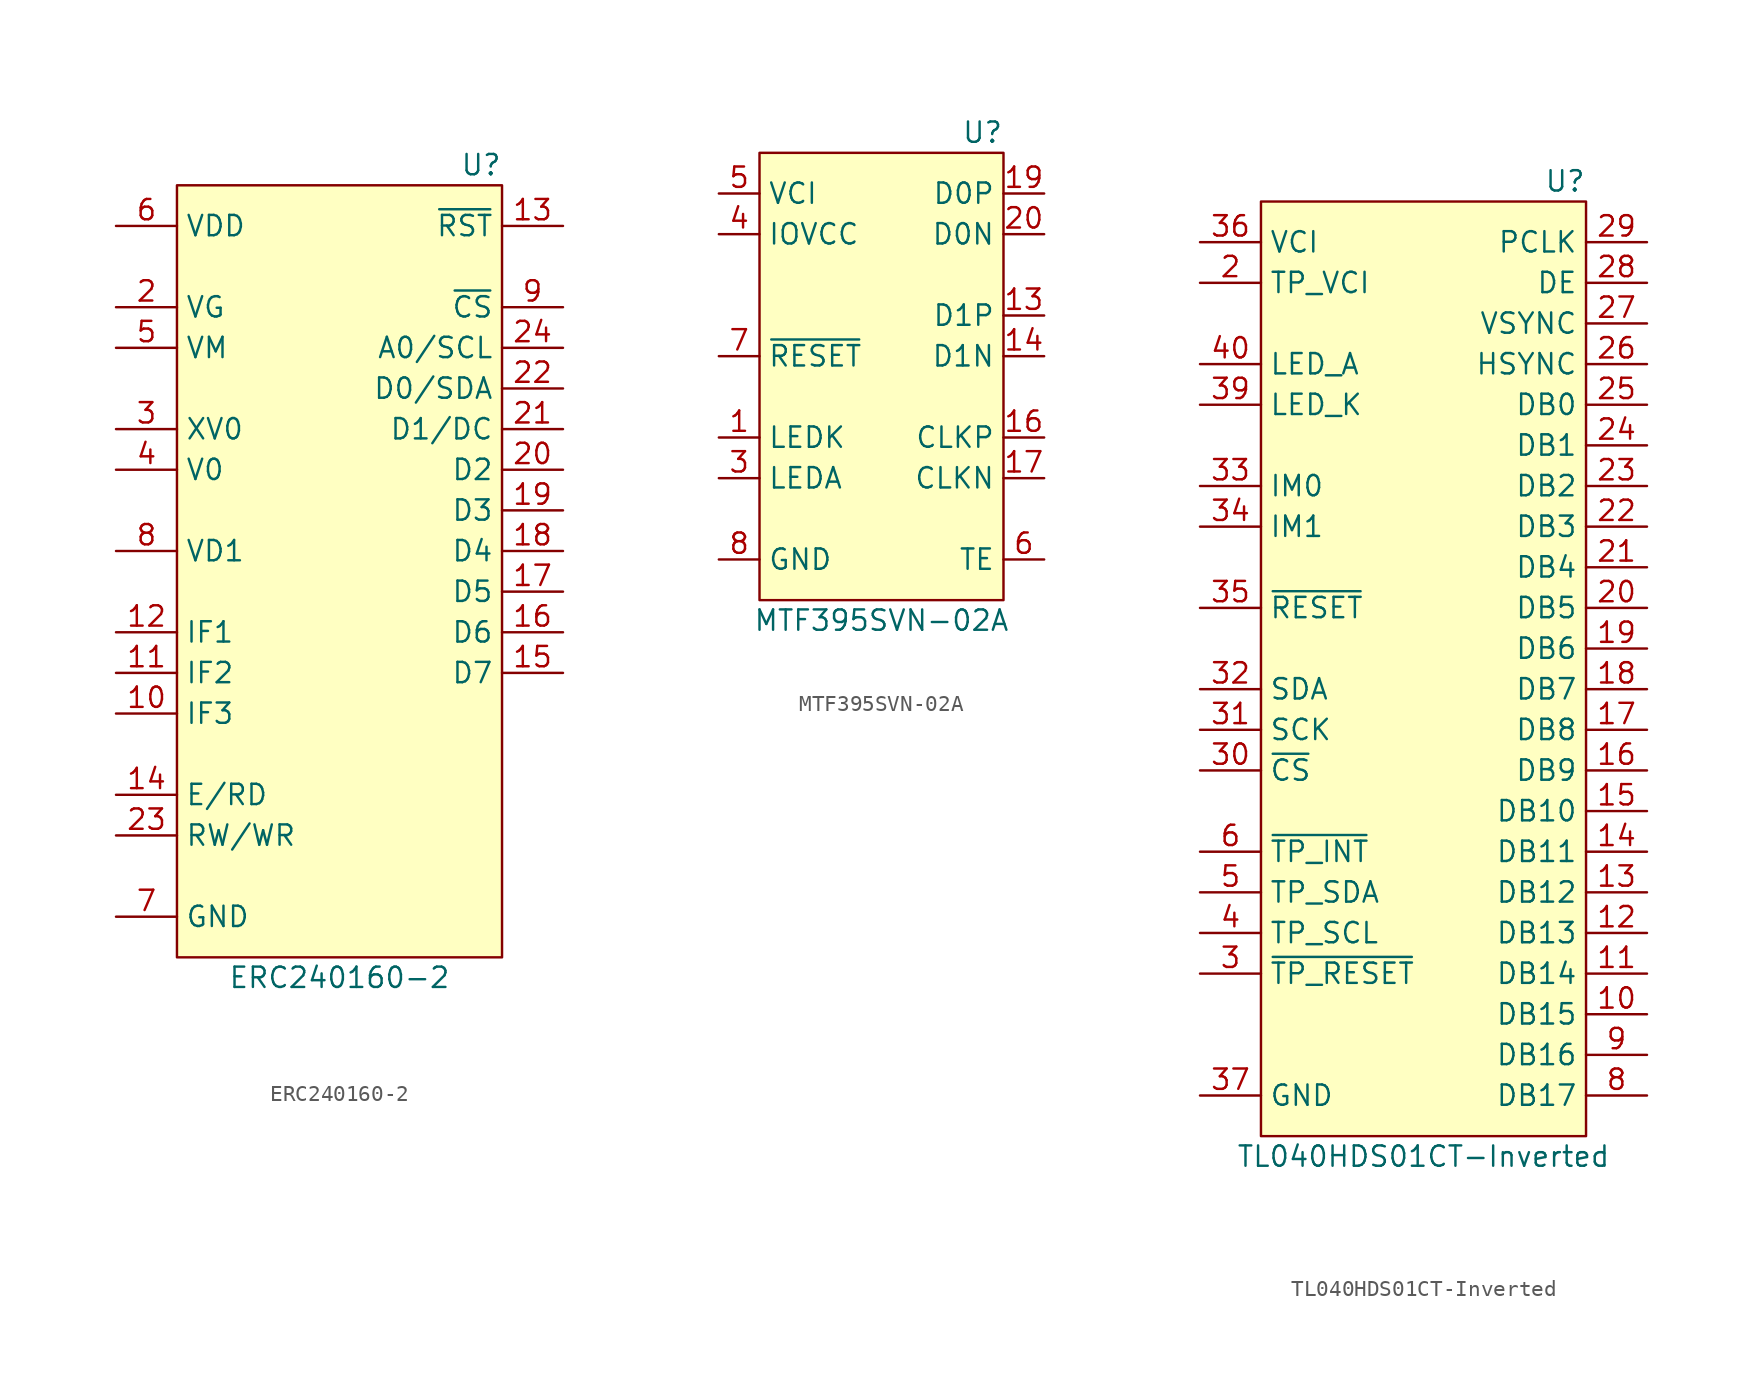
<source format=kicad_sym>
(kicad_symbol_lib
  (version 20220914)
  (generator kicad_symbol_editor)
  (symbol "ERC240160-2"
    (property "Reference" "U"
      (at 10.16 25.4 0)
      (effects (font (size 1.27 1.27)) (justify right)))
    (property "Value" "ERC240160-2"
      (at 0 -25.4 0)
      (effects (font (size 1.27 1.27))))
    (symbol "ERC240160-2_0_1"
      (rectangle (start -10.16 24.13) (end 10.16 -24.13) (stroke (width 0) (type default)) (fill (type background))))
    (symbol "ERC240160-2_1_1"
      (pin passive line (at -13.97 -21.59 0) (length 3.81) hide (name "ESD" (effects (font (size 1.27 1.27)))) (number "1" (effects (font (size 1.27 1.27)))))
      (pin input line (at -13.97 -8.89 0) (length 3.81) (name "IF3" (effects (font (size 1.27 1.27)))) (number "10" (effects (font (size 1.27 1.27)))))
      (pin input line (at -13.97 -6.35 0) (length 3.81) (name "IF2" (effects (font (size 1.27 1.27)))) (number "11" (effects (font (size 1.27 1.27)))))
      (pin input line (at -13.97 -3.81 0) (length 3.81) (name "IF1" (effects (font (size 1.27 1.27)))) (number "12" (effects (font (size 1.27 1.27)))))
      (pin input line (at 13.97 21.59 180) (length 3.81) (name "~{RST}" (effects (font (size 1.27 1.27)))) (number "13" (effects (font (size 1.27 1.27)))))
      (pin input line (at -13.97 -13.97 0) (length 3.81) (name "E/RD" (effects (font (size 1.27 1.27)))) (number "14" (effects (font (size 1.27 1.27)))))
      (pin input line (at 13.97 -6.35 180) (length 3.81) (name "D7" (effects (font (size 1.27 1.27)))) (number "15" (effects (font (size 1.27 1.27)))))
      (pin input line (at 13.97 -3.81 180) (length 3.81) (name "D6" (effects (font (size 1.27 1.27)))) (number "16" (effects (font (size 1.27 1.27)))))
      (pin input line (at 13.97 -1.27 180) (length 3.81) (name "D5" (effects (font (size 1.27 1.27)))) (number "17" (effects (font (size 1.27 1.27)))))
      (pin input line (at 13.97 1.27 180) (length 3.81) (name "D4" (effects (font (size 1.27 1.27)))) (number "18" (effects (font (size 1.27 1.27)))))
      (pin input line (at 13.97 3.81 180) (length 3.81) (name "D3" (effects (font (size 1.27 1.27)))) (number "19" (effects (font (size 1.27 1.27)))))
      (pin input line (at -13.97 16.51 0) (length 3.81) (name "VG" (effects (font (size 1.27 1.27)))) (number "2" (effects (font (size 1.27 1.27)))))
      (pin input line (at 13.97 6.35 180) (length 3.81) (name "D2" (effects (font (size 1.27 1.27)))) (number "20" (effects (font (size 1.27 1.27)))))
      (pin input line (at 13.97 8.89 180) (length 3.81) (name "D1/DC" (effects (font (size 1.27 1.27)))) (number "21" (effects (font (size 1.27 1.27)))))
      (pin input line (at 13.97 11.43 180) (length 3.81) (name "D0/SDA" (effects (font (size 1.27 1.27)))) (number "22" (effects (font (size 1.27 1.27)))))
      (pin input line (at -13.97 -16.51 0) (length 3.81) (name "RW/WR" (effects (font (size 1.27 1.27)))) (number "23" (effects (font (size 1.27 1.27)))))
      (pin input line (at 13.97 13.97 180) (length 3.81) (name "A0/SCL" (effects (font (size 1.27 1.27)))) (number "24" (effects (font (size 1.27 1.27)))))
      (pin passive line (at -13.97 -21.59 0) (length 3.81) hide (name "ESD" (effects (font (size 1.27 1.27)))) (number "25" (effects (font (size 1.27 1.27)))))
      (pin input line (at -13.97 8.89 0) (length 3.81) (name "XV0" (effects (font (size 1.27 1.27)))) (number "3" (effects (font (size 1.27 1.27)))))
      (pin input line (at -13.97 6.35 0) (length 3.81) (name "V0" (effects (font (size 1.27 1.27)))) (number "4" (effects (font (size 1.27 1.27)))))
      (pin input line (at -13.97 13.97 0) (length 3.81) (name "VM" (effects (font (size 1.27 1.27)))) (number "5" (effects (font (size 1.27 1.27)))))
      (pin input line (at -13.97 21.59 0) (length 3.81) (name "VDD" (effects (font (size 1.27 1.27)))) (number "6" (effects (font (size 1.27 1.27)))))
      (pin input line (at -13.97 -21.59 0) (length 3.81) (name "GND" (effects (font (size 1.27 1.27)))) (number "7" (effects (font (size 1.27 1.27)))))
      (pin input line (at -13.97 1.27 0) (length 3.81) (name "VD1" (effects (font (size 1.27 1.27)))) (number "8" (effects (font (size 1.27 1.27)))))
      (pin input line (at 13.97 16.51 180) (length 3.81) (name "~{CS}" (effects (font (size 1.27 1.27)))) (number "9" (effects (font (size 1.27 1.27)))))))
  (symbol "MTF395SVN-02A"
    (property "Reference" "U"
      (at 7.62 16.51 0)
      (effects (font (size 1.27 1.27)) (justify right)))
    (property "Value" "MTF395SVN-02A"
      (at 0 -13.97 0)
      (effects (font (size 1.27 1.27))))
    (symbol "MTF395SVN-02A_0_1"
      (rectangle (start -7.62 15.24) (end 7.62 -12.7) (stroke (width 0) (type default)) (fill (type background))))
    (symbol "MTF395SVN-02A_1_1"
      (pin input line (at -10.16 -2.54 0) (length 2.54) (name "LEDK" (effects (font (size 1.27 1.27)))) (number "1" (effects (font (size 1.27 1.27)))))
      (pin passive line (at -10.16 -10.16 0) (length 2.54) hide (name "GND" (effects (font (size 1.27 1.27)))) (number "12" (effects (font (size 1.27 1.27)))))
      (pin bidirectional line (at 10.16 5.08 180) (length 2.54) (name "D1P" (effects (font (size 1.27 1.27)))) (number "13" (effects (font (size 1.27 1.27)))))
      (pin bidirectional line (at 10.16 2.54 180) (length 2.54) (name "D1N" (effects (font (size 1.27 1.27)))) (number "14" (effects (font (size 1.27 1.27)))))
      (pin passive line (at -10.16 -10.16 0) (length 2.54) hide (name "GND" (effects (font (size 1.27 1.27)))) (number "15" (effects (font (size 1.27 1.27)))))
      (pin bidirectional line (at 10.16 -2.54 180) (length 2.54) (name "CLKP" (effects (font (size 1.27 1.27)))) (number "16" (effects (font (size 1.27 1.27)))))
      (pin bidirectional line (at 10.16 -5.08 180) (length 2.54) (name "CLKN" (effects (font (size 1.27 1.27)))) (number "17" (effects (font (size 1.27 1.27)))))
      (pin passive line (at -10.16 -10.16 0) (length 2.54) hide (name "GND" (effects (font (size 1.27 1.27)))) (number "18" (effects (font (size 1.27 1.27)))))
      (pin bidirectional line (at 10.16 12.7 180) (length 2.54) (name "D0P" (effects (font (size 1.27 1.27)))) (number "19" (effects (font (size 1.27 1.27)))))
      (pin passive line (at -10.16 -2.54 0) (length 2.54) hide (name "LEDK" (effects (font (size 1.27 1.27)))) (number "2" (effects (font (size 1.27 1.27)))))
      (pin bidirectional line (at 10.16 10.16 180) (length 2.54) (name "D0N" (effects (font (size 1.27 1.27)))) (number "20" (effects (font (size 1.27 1.27)))))
      (pin passive line (at -10.16 -10.16 0) (length 2.54) hide (name "GND" (effects (font (size 1.27 1.27)))) (number "21" (effects (font (size 1.27 1.27)))))
      (pin passive line (at -10.16 -10.16 0) (length 2.54) hide (name "GND" (effects (font (size 1.27 1.27)))) (number "24" (effects (font (size 1.27 1.27)))))
      (pin input line (at -10.16 -5.08 0) (length 2.54) (name "LEDA" (effects (font (size 1.27 1.27)))) (number "3" (effects (font (size 1.27 1.27)))))
      (pin passive line (at -10.16 -10.16 0) (length 2.54) hide (name "GND" (effects (font (size 1.27 1.27)))) (number "30" (effects (font (size 1.27 1.27)))))
      (pin power_in line (at -10.16 10.16 0) (length 2.54) (name "IOVCC" (effects (font (size 1.27 1.27)))) (number "4" (effects (font (size 1.27 1.27)))))
      (pin power_in line (at -10.16 12.7 0) (length 2.54) (name "VCI" (effects (font (size 1.27 1.27)))) (number "5" (effects (font (size 1.27 1.27)))))
      (pin output line (at 10.16 -10.16 180) (length 2.54) (name "TE" (effects (font (size 1.27 1.27)))) (number "6" (effects (font (size 1.27 1.27)))))
      (pin input line (at -10.16 2.54 0) (length 2.54) (name "~{RESET}" (effects (font (size 1.27 1.27)))) (number "7" (effects (font (size 1.27 1.27)))))
      (pin power_in line (at -10.16 -10.16 0) (length 2.54) (name "GND" (effects (font (size 1.27 1.27)))) (number "8" (effects (font (size 1.27 1.27)))))
      (pin passive line (at -10.16 -10.16 0) (length 2.54) hide (name "GND" (effects (font (size 1.27 1.27)))) (number "9" (effects (font (size 1.27 1.27)))))))
  (symbol "TL040HDS01CT-Inverted"
    (property "Reference" "U"
      (at 10.16 29.21 0)
      (effects (font (size 1.27 1.27)) (justify right)))
    (property "Value" "TL040HDS01CT-Inverted"
      (at 0 -31.75 0)
      (effects (font (size 1.27 1.27))))
    (symbol "TL040HDS01CT-Inverted_0_1"
      (rectangle (start -10.16 27.94) (end 10.16 -30.48) (stroke (width 0) (type default)) (fill (type background))))
    (symbol "TL040HDS01CT-Inverted_1_1"
      (pin passive line (at -13.97 -27.94 0) (length 3.81) hide (name "GND" (effects (font (size 1.27 1.27)))) (number "1" (effects (font (size 1.27 1.27)))))
      (pin input line (at 13.97 -22.86 180) (length 3.81) (name "DB15" (effects (font (size 1.27 1.27)))) (number "10" (effects (font (size 1.27 1.27)))))
      (pin input line (at 13.97 -20.32 180) (length 3.81) (name "DB14" (effects (font (size 1.27 1.27)))) (number "11" (effects (font (size 1.27 1.27)))))
      (pin input line (at 13.97 -17.78 180) (length 3.81) (name "DB13" (effects (font (size 1.27 1.27)))) (number "12" (effects (font (size 1.27 1.27)))))
      (pin input line (at 13.97 -15.24 180) (length 3.81) (name "DB12" (effects (font (size 1.27 1.27)))) (number "13" (effects (font (size 1.27 1.27)))))
      (pin input line (at 13.97 -12.7 180) (length 3.81) (name "DB11" (effects (font (size 1.27 1.27)))) (number "14" (effects (font (size 1.27 1.27)))))
      (pin input line (at 13.97 -10.16 180) (length 3.81) (name "DB10" (effects (font (size 1.27 1.27)))) (number "15" (effects (font (size 1.27 1.27)))))
      (pin input line (at 13.97 -7.62 180) (length 3.81) (name "DB9" (effects (font (size 1.27 1.27)))) (number "16" (effects (font (size 1.27 1.27)))))
      (pin input line (at 13.97 -5.08 180) (length 3.81) (name "DB8" (effects (font (size 1.27 1.27)))) (number "17" (effects (font (size 1.27 1.27)))))
      (pin input line (at 13.97 -2.54 180) (length 3.81) (name "DB7" (effects (font (size 1.27 1.27)))) (number "18" (effects (font (size 1.27 1.27)))))
      (pin input line (at 13.97 0 180) (length 3.81) (name "DB6" (effects (font (size 1.27 1.27)))) (number "19" (effects (font (size 1.27 1.27)))))
      (pin power_in line (at -13.97 22.86 0) (length 3.81) (name "TP_VCI" (effects (font (size 1.27 1.27)))) (number "2" (effects (font (size 1.27 1.27)))))
      (pin input line (at 13.97 2.54 180) (length 3.81) (name "DB5" (effects (font (size 1.27 1.27)))) (number "20" (effects (font (size 1.27 1.27)))))
      (pin input line (at 13.97 5.08 180) (length 3.81) (name "DB4" (effects (font (size 1.27 1.27)))) (number "21" (effects (font (size 1.27 1.27)))))
      (pin input line (at 13.97 7.62 180) (length 3.81) (name "DB3" (effects (font (size 1.27 1.27)))) (number "22" (effects (font (size 1.27 1.27)))))
      (pin input line (at 13.97 10.16 180) (length 3.81) (name "DB2" (effects (font (size 1.27 1.27)))) (number "23" (effects (font (size 1.27 1.27)))))
      (pin input line (at 13.97 12.7 180) (length 3.81) (name "DB1" (effects (font (size 1.27 1.27)))) (number "24" (effects (font (size 1.27 1.27)))))
      (pin input line (at 13.97 15.24 180) (length 3.81) (name "DB0" (effects (font (size 1.27 1.27)))) (number "25" (effects (font (size 1.27 1.27)))))
      (pin input line (at 13.97 17.78 180) (length 3.81) (name "HSYNC" (effects (font (size 1.27 1.27)))) (number "26" (effects (font (size 1.27 1.27)))))
      (pin input line (at 13.97 20.32 180) (length 3.81) (name "VSYNC" (effects (font (size 1.27 1.27)))) (number "27" (effects (font (size 1.27 1.27)))))
      (pin input line (at 13.97 22.86 180) (length 3.81) (name "DE" (effects (font (size 1.27 1.27)))) (number "28" (effects (font (size 1.27 1.27)))))
      (pin input line (at 13.97 25.4 180) (length 3.81) (name "PCLK" (effects (font (size 1.27 1.27)))) (number "29" (effects (font (size 1.27 1.27)))))
      (pin input line (at -13.97 -20.32 0) (length 3.81) (name "~{TP_RESET}" (effects (font (size 1.27 1.27)))) (number "3" (effects (font (size 1.27 1.27)))))
      (pin input line (at -13.97 -7.62 0) (length 3.81) (name "~{CS}" (effects (font (size 1.27 1.27)))) (number "30" (effects (font (size 1.27 1.27)))))
      (pin input line (at -13.97 -5.08 0) (length 3.81) (name "SCK" (effects (font (size 1.27 1.27)))) (number "31" (effects (font (size 1.27 1.27)))))
      (pin bidirectional line (at -13.97 -2.54 0) (length 3.81) (name "SDA" (effects (font (size 1.27 1.27)))) (number "32" (effects (font (size 1.27 1.27)))))
      (pin input line (at -13.97 10.16 0) (length 3.81) (name "IM0" (effects (font (size 1.27 1.27)))) (number "33" (effects (font (size 1.27 1.27)))))
      (pin input line (at -13.97 7.62 0) (length 3.81) (name "IM1" (effects (font (size 1.27 1.27)))) (number "34" (effects (font (size 1.27 1.27)))))
      (pin input line (at -13.97 2.54 0) (length 3.81) (name "~{RESET}" (effects (font (size 1.27 1.27)))) (number "35" (effects (font (size 1.27 1.27)))))
      (pin power_in line (at -13.97 25.4 0) (length 3.81) (name "VCI" (effects (font (size 1.27 1.27)))) (number "36" (effects (font (size 1.27 1.27)))))
      (pin power_in line (at -13.97 -27.94 0) (length 3.81) (name "GND" (effects (font (size 1.27 1.27)))) (number "37" (effects (font (size 1.27 1.27)))))
      (pin passive line (at -13.97 15.24 0) (length 3.81) hide (name "LED_K" (effects (font (size 1.27 1.27)))) (number "38" (effects (font (size 1.27 1.27)))))
      (pin input line (at -13.97 15.24 0) (length 3.81) (name "LED_K" (effects (font (size 1.27 1.27)))) (number "39" (effects (font (size 1.27 1.27)))))
      (pin input line (at -13.97 -17.78 0) (length 3.81) (name "TP_SCL" (effects (font (size 1.27 1.27)))) (number "4" (effects (font (size 1.27 1.27)))))
      (pin input line (at -13.97 17.78 0) (length 3.81) (name "LED_A" (effects (font (size 1.27 1.27)))) (number "40" (effects (font (size 1.27 1.27)))))
      (pin bidirectional line (at -13.97 -15.24 0) (length 3.81) (name "TP_SDA" (effects (font (size 1.27 1.27)))) (number "5" (effects (font (size 1.27 1.27)))))
      (pin output line (at -13.97 -12.7 0) (length 3.81) (name "~{TP_INT}" (effects (font (size 1.27 1.27)))) (number "6" (effects (font (size 1.27 1.27)))))
      (pin passive line (at -13.97 -27.94 0) (length 3.81) hide (name "GND" (effects (font (size 1.27 1.27)))) (number "7" (effects (font (size 1.27 1.27)))))
      (pin input line (at 13.97 -27.94 180) (length 3.81) (name "DB17" (effects (font (size 1.27 1.27)))) (number "8" (effects (font (size 1.27 1.27)))))
      (pin input line (at 13.97 -25.4 180) (length 3.81) (name "DB16" (effects (font (size 1.27 1.27)))) (number "9" (effects (font (size 1.27 1.27))))))))
</source>
